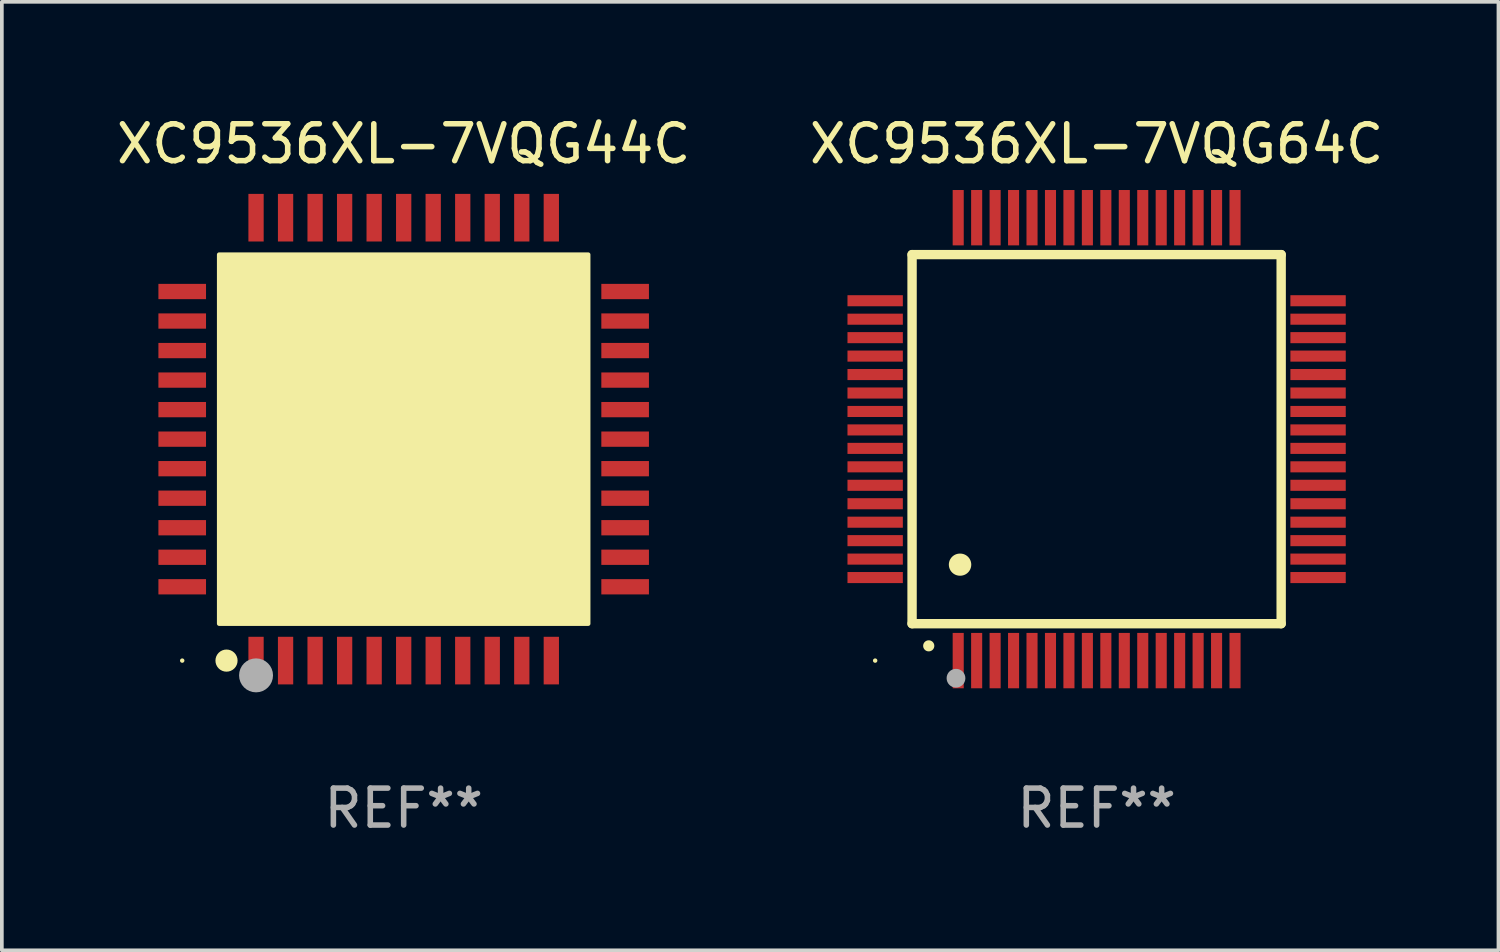
<source format=kicad_pcb>
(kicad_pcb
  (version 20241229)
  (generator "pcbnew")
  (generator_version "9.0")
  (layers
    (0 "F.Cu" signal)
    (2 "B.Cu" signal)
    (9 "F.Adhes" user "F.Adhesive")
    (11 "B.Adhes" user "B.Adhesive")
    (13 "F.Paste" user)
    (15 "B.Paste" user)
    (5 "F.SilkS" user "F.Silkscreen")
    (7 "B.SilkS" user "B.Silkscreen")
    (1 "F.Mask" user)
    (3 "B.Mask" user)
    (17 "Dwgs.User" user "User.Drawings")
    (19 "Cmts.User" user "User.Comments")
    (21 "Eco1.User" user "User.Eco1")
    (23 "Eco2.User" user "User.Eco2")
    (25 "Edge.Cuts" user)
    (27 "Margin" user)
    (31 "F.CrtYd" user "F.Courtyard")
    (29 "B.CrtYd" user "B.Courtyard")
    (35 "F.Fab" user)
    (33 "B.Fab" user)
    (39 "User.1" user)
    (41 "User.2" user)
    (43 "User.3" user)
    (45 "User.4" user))
  (footprint "XC9536XL-7VQG64C"
    (layer "F.Cu")
    (at 26.661 8.848)
    (property "Reference" "XC9536XL-7VQG64C" (at 0 -8 0) (layer "F.SilkS") (effects (font (size 1 1) (thickness 0.15))))
    (attr through_hole)
    (fp_line (start -5 -5) (end -5 5) (stroke (width 0.254) (type solid)) (layer "F.SilkS"))
    (fp_line (start -5 -5) (end 5 -5) (stroke (width 0.254) (type solid)) (layer "F.SilkS"))
    (fp_line (start -5 5) (end 5 5) (stroke (width 0.254) (type solid)) (layer "F.SilkS"))
    (fp_line (start 5 -5) (end 5 5) (stroke (width 0.254) (type solid)) (layer "F.SilkS"))
    (fp_arc (start -4.549987 5.6) (mid -4.548717 5.599995) (end -4.547447 5.6) (stroke (width 0.3) (type solid)) (layer "F.SilkS"))
    (fp_arc (start -3.703835 3.400076) (mid -3.700025 3.400052) (end -3.696215 3.400076) (stroke (width 0.6) (type solid)) (layer "F.SilkS"))
    (fp_circle (center -6 6) (end -5.97 6) (stroke (width 0.06) (type solid)) (fill no) (layer "F.SilkS"))
    (fp_circle (center -3.81 6.477) (end -3.683 6.477) (stroke (width 0.254) (type solid)) (fill no) (layer "F.Fab"))
    (fp_text user "REF**" (at 0 10 0) (layer "F.Fab") (effects (font (size 1 1) (thickness 0.15))))
    (pad "1" smd rect (at -3.75 6 180) (size 0.3 1.5) (layers "F.Cu" "F.Mask" "F.Paste"))
    (pad "2" smd rect (at -3.25 6 180) (size 0.3 1.5) (layers "F.Cu" "F.Mask" "F.Paste"))
    (pad "3" smd rect (at -2.75 6 180) (size 0.3 1.5) (layers "F.Cu" "F.Mask" "F.Paste"))
    (pad "4" smd rect (at -2.25 6 180) (size 0.3 1.5) (layers "F.Cu" "F.Mask" "F.Paste"))
    (pad "5" smd rect (at -1.75 6 180) (size 0.3 1.5) (layers "F.Cu" "F.Mask" "F.Paste"))
    (pad "6" smd rect (at -1.25 6 180) (size 0.3 1.5) (layers "F.Cu" "F.Mask" "F.Paste"))
    (pad "7" smd rect (at -0.75 6 180) (size 0.3 1.5) (layers "F.Cu" "F.Mask" "F.Paste"))
    (pad "8" smd rect (at -0.25 6 180) (size 0.3 1.5) (layers "F.Cu" "F.Mask" "F.Paste"))
    (pad "9" smd rect (at 0.25 6 180) (size 0.3 1.5) (layers "F.Cu" "F.Mask" "F.Paste"))
    (pad "10" smd rect (at 0.75 6 180) (size 0.3 1.5) (layers "F.Cu" "F.Mask" "F.Paste"))
    (pad "11" smd rect (at 1.25 6 180) (size 0.3 1.5) (layers "F.Cu" "F.Mask" "F.Paste"))
    (pad "12" smd rect (at 1.75 6 180) (size 0.3 1.5) (layers "F.Cu" "F.Mask" "F.Paste"))
    (pad "13" smd rect (at 2.25 6 180) (size 0.3 1.5) (layers "F.Cu" "F.Mask" "F.Paste"))
    (pad "14" smd rect (at 2.75 6 180) (size 0.3 1.5) (layers "F.Cu" "F.Mask" "F.Paste"))
    (pad "15" smd rect (at 3.25 6 180) (size 0.3 1.5) (layers "F.Cu" "F.Mask" "F.Paste"))
    (pad "16" smd rect (at 3.75 6 180) (size 0.3 1.5) (layers "F.Cu" "F.Mask" "F.Paste"))
    (pad "17" smd rect (at 6 3.75 90) (size 0.3 1.5) (layers "F.Cu" "F.Mask" "F.Paste"))
    (pad "18" smd rect (at 6 3.25 90) (size 0.3 1.5) (layers "F.Cu" "F.Mask" "F.Paste"))
    (pad "19" smd rect (at 6 2.75 90) (size 0.3 1.5) (layers "F.Cu" "F.Mask" "F.Paste"))
    (pad "20" smd rect (at 6 2.25 90) (size 0.3 1.5) (layers "F.Cu" "F.Mask" "F.Paste"))
    (pad "21" smd rect (at 6 1.75 90) (size 0.3 1.5) (layers "F.Cu" "F.Mask" "F.Paste"))
    (pad "22" smd rect (at 6 1.25 90) (size 0.3 1.5) (layers "F.Cu" "F.Mask" "F.Paste"))
    (pad "23" smd rect (at 6 0.75 90) (size 0.3 1.5) (layers "F.Cu" "F.Mask" "F.Paste"))
    (pad "24" smd rect (at 6 0.25 90) (size 0.3 1.5) (layers "F.Cu" "F.Mask" "F.Paste"))
    (pad "25" smd rect (at 6 -0.25 90) (size 0.3 1.5) (layers "F.Cu" "F.Mask" "F.Paste"))
    (pad "26" smd rect (at 6 -0.75 90) (size 0.3 1.5) (layers "F.Cu" "F.Mask" "F.Paste"))
    (pad "27" smd rect (at 6 -1.25 90) (size 0.3 1.5) (layers "F.Cu" "F.Mask" "F.Paste"))
    (pad "28" smd rect (at 6 -1.75 90) (size 0.3 1.5) (layers "F.Cu" "F.Mask" "F.Paste"))
    (pad "29" smd rect (at 6 -2.25 90) (size 0.3 1.5) (layers "F.Cu" "F.Mask" "F.Paste"))
    (pad "30" smd rect (at 6 -2.75 90) (size 0.3 1.5) (layers "F.Cu" "F.Mask" "F.Paste"))
    (pad "31" smd rect (at 6 -3.25 90) (size 0.3 1.5) (layers "F.Cu" "F.Mask" "F.Paste"))
    (pad "32" smd rect (at 6 -3.75 90) (size 0.3 1.5) (layers "F.Cu" "F.Mask" "F.Paste"))
    (pad "33" smd rect (at 3.75 -6 180) (size 0.3 1.5) (layers "F.Cu" "F.Mask" "F.Paste"))
    (pad "34" smd rect (at 3.25 -6 180) (size 0.3 1.5) (layers "F.Cu" "F.Mask" "F.Paste"))
    (pad "35" smd rect (at 2.75 -6 180) (size 0.3 1.5) (layers "F.Cu" "F.Mask" "F.Paste"))
    (pad "36" smd rect (at 2.25 -6 180) (size 0.3 1.5) (layers "F.Cu" "F.Mask" "F.Paste"))
    (pad "37" smd rect (at 1.75 -6 180) (size 0.3 1.5) (layers "F.Cu" "F.Mask" "F.Paste"))
    (pad "38" smd rect (at 1.25 -6 180) (size 0.3 1.5) (layers "F.Cu" "F.Mask" "F.Paste"))
    (pad "39" smd rect (at 0.75 -6 180) (size 0.3 1.5) (layers "F.Cu" "F.Mask" "F.Paste"))
    (pad "40" smd rect (at 0.25 -6 180) (size 0.3 1.5) (layers "F.Cu" "F.Mask" "F.Paste"))
    (pad "41" smd rect (at -0.25 -6 180) (size 0.3 1.5) (layers "F.Cu" "F.Mask" "F.Paste"))
    (pad "42" smd rect (at -0.75 -6 180) (size 0.3 1.5) (layers "F.Cu" "F.Mask" "F.Paste"))
    (pad "43" smd rect (at -1.25 -6 180) (size 0.3 1.5) (layers "F.Cu" "F.Mask" "F.Paste"))
    (pad "44" smd rect (at -1.75 -6 180) (size 0.3 1.5) (layers "F.Cu" "F.Mask" "F.Paste"))
    (pad "45" smd rect (at -2.25 -6 180) (size 0.3 1.5) (layers "F.Cu" "F.Mask" "F.Paste"))
    (pad "46" smd rect (at -2.75 -6 180) (size 0.3 1.5) (layers "F.Cu" "F.Mask" "F.Paste"))
    (pad "47" smd rect (at -3.25 -6 180) (size 0.3 1.5) (layers "F.Cu" "F.Mask" "F.Paste"))
    (pad "48" smd rect (at -3.75 -6 180) (size 0.3 1.5) (layers "F.Cu" "F.Mask" "F.Paste"))
    (pad "49" smd rect (at -6 -3.75 90) (size 0.3 1.5) (layers "F.Cu" "F.Mask" "F.Paste"))
    (pad "50" smd rect (at -6 -3.25 90) (size 0.3 1.5) (layers "F.Cu" "F.Mask" "F.Paste"))
    (pad "51" smd rect (at -6 -2.75 90) (size 0.3 1.5) (layers "F.Cu" "F.Mask" "F.Paste"))
    (pad "52" smd rect (at -6 -2.25 90) (size 0.3 1.5) (layers "F.Cu" "F.Mask" "F.Paste"))
    (pad "53" smd rect (at -6 -1.75 90) (size 0.3 1.5) (layers "F.Cu" "F.Mask" "F.Paste"))
    (pad "54" smd rect (at -6 -1.25 90) (size 0.3 1.5) (layers "F.Cu" "F.Mask" "F.Paste"))
    (pad "55" smd rect (at -6 -0.75 90) (size 0.3 1.5) (layers "F.Cu" "F.Mask" "F.Paste"))
    (pad "56" smd rect (at -6 -0.25 90) (size 0.3 1.5) (layers "F.Cu" "F.Mask" "F.Paste"))
    (pad "57" smd rect (at -6 0.25 90) (size 0.3 1.5) (layers "F.Cu" "F.Mask" "F.Paste"))
    (pad "58" smd rect (at -6 0.75 90) (size 0.3 1.5) (layers "F.Cu" "F.Mask" "F.Paste"))
    (pad "59" smd rect (at -6 1.25 90) (size 0.3 1.5) (layers "F.Cu" "F.Mask" "F.Paste"))
    (pad "60" smd rect (at -6 1.75 90) (size 0.3 1.5) (layers "F.Cu" "F.Mask" "F.Paste"))
    (pad "61" smd rect (at -6 2.25 90) (size 0.3 1.5) (layers "F.Cu" "F.Mask" "F.Paste"))
    (pad "62" smd rect (at -6 2.75 90) (size 0.3 1.5) (layers "F.Cu" "F.Mask" "F.Paste"))
    (pad "63" smd rect (at -6 3.25 90) (size 0.3 1.5) (layers "F.Cu" "F.Mask" "F.Paste"))
    (pad "64" smd rect (at -6 3.75 90) (size 0.3 1.5) (layers "F.Cu" "F.Mask" "F.Paste")))
  (footprint "XC9536XL-7VQG44C"
    (layer "F.Cu")
    (at 7.887 8.848)
    (property "Reference" "XC9536XL-7VQG44C" (at 0 -8 0) (layer "F.SilkS") (effects (font (size 1 1) (thickness 0.15))))
    (attr through_hole)
    (fp_circle (center -6 6) (end -5.97 6) (stroke (width 0.06) (type solid)) (fill no) (layer "F.SilkS"))
    (fp_circle (center -4.8 6) (end -4.65 6) (stroke (width 0.3) (type solid)) (fill no) (layer "F.SilkS"))
    (fp_poly (pts (xy -5 -5) (xy 5 -5) (xy 5 5) (xy -5 5)) (stroke (width 0.12) (type solid)) (fill yes) (layer "F.SilkS"))
    (fp_circle (center -4 6.4) (end -3.77 6.4) (stroke (width 0.46) (type solid)) (fill no) (layer "F.Fab"))
    (fp_text user "REF**" (at 0 10 0) (layer "F.Fab") (effects (font (size 1 1) (thickness 0.15))))
    (pad "1" smd rect (at -4 6 90) (size 1.29 0.414) (layers "F.Cu" "F.Mask" "F.Paste"))
    (pad "2" smd rect (at -3.2 6 90) (size 1.29 0.414) (layers "F.Cu" "F.Mask" "F.Paste"))
    (pad "3" smd rect (at -2.4 6 90) (size 1.29 0.414) (layers "F.Cu" "F.Mask" "F.Paste"))
    (pad "4" smd rect (at -1.6 6 90) (size 1.29 0.414) (layers "F.Cu" "F.Mask" "F.Paste"))
    (pad "5" smd rect (at -0.8 6 90) (size 1.29 0.414) (layers "F.Cu" "F.Mask" "F.Paste"))
    (pad "6" smd rect (at 0 6 90) (size 1.29 0.414) (layers "F.Cu" "F.Mask" "F.Paste"))
    (pad "7" smd rect (at 0.8 6 90) (size 1.29 0.414) (layers "F.Cu" "F.Mask" "F.Paste"))
    (pad "8" smd rect (at 1.6 6 90) (size 1.29 0.414) (layers "F.Cu" "F.Mask" "F.Paste"))
    (pad "9" smd rect (at 2.4 6 90) (size 1.29 0.414) (layers "F.Cu" "F.Mask" "F.Paste"))
    (pad "10" smd rect (at 3.2 6 90) (size 1.29 0.414) (layers "F.Cu" "F.Mask" "F.Paste"))
    (pad "11" smd rect (at 4 6 90) (size 1.29 0.414) (layers "F.Cu" "F.Mask" "F.Paste"))
    (pad "12" smd rect (at 6 4 90) (size 0.414 1.29) (layers "F.Cu" "F.Mask" "F.Paste"))
    (pad "13" smd rect (at 6 3.2 90) (size 0.414 1.29) (layers "F.Cu" "F.Mask" "F.Paste"))
    (pad "14" smd rect (at 6 2.4 90) (size 0.414 1.29) (layers "F.Cu" "F.Mask" "F.Paste"))
    (pad "15" smd rect (at 6 1.6 90) (size 0.414 1.29) (layers "F.Cu" "F.Mask" "F.Paste"))
    (pad "16" smd rect (at 6 0.8 90) (size 0.414 1.29) (layers "F.Cu" "F.Mask" "F.Paste"))
    (pad "17" smd rect (at 6 0 90) (size 0.414 1.29) (layers "F.Cu" "F.Mask" "F.Paste"))
    (pad "18" smd rect (at 6 -0.8 90) (size 0.414 1.29) (layers "F.Cu" "F.Mask" "F.Paste"))
    (pad "19" smd rect (at 6 -1.6 90) (size 0.414 1.29) (layers "F.Cu" "F.Mask" "F.Paste"))
    (pad "20" smd rect (at 6 -2.4 90) (size 0.414 1.29) (layers "F.Cu" "F.Mask" "F.Paste"))
    (pad "21" smd rect (at 6 -3.2 90) (size 0.414 1.29) (layers "F.Cu" "F.Mask" "F.Paste"))
    (pad "22" smd rect (at 6 -4 90) (size 0.414 1.29) (layers "F.Cu" "F.Mask" "F.Paste"))
    (pad "23" smd rect (at 4 -6 90) (size 1.29 0.414) (layers "F.Cu" "F.Mask" "F.Paste"))
    (pad "24" smd rect (at 3.2 -6 90) (size 1.29 0.414) (layers "F.Cu" "F.Mask" "F.Paste"))
    (pad "25" smd rect (at 2.4 -6 90) (size 1.29 0.414) (layers "F.Cu" "F.Mask" "F.Paste"))
    (pad "26" smd rect (at 1.6 -6 90) (size 1.29 0.414) (layers "F.Cu" "F.Mask" "F.Paste"))
    (pad "27" smd rect (at 0.8 -6 90) (size 1.29 0.414) (layers "F.Cu" "F.Mask" "F.Paste"))
    (pad "28" smd rect (at 0 -6 90) (size 1.29 0.414) (layers "F.Cu" "F.Mask" "F.Paste"))
    (pad "29" smd rect (at -0.8 -6 90) (size 1.29 0.414) (layers "F.Cu" "F.Mask" "F.Paste"))
    (pad "30" smd rect (at -1.6 -6 90) (size 1.29 0.414) (layers "F.Cu" "F.Mask" "F.Paste"))
    (pad "31" smd rect (at -2.4 -6 90) (size 1.29 0.414) (layers "F.Cu" "F.Mask" "F.Paste"))
    (pad "32" smd rect (at -3.2 -6 90) (size 1.29 0.414) (layers "F.Cu" "F.Mask" "F.Paste"))
    (pad "33" smd rect (at -4 -6 90) (size 1.29 0.414) (layers "F.Cu" "F.Mask" "F.Paste"))
    (pad "34" smd rect (at -6 -4 180) (size 1.29 0.414) (layers "F.Cu" "F.Mask" "F.Paste"))
    (pad "35" smd rect (at -6 -3.2 180) (size 1.29 0.414) (layers "F.Cu" "F.Mask" "F.Paste"))
    (pad "36" smd rect (at -6 -2.4 180) (size 1.29 0.414) (layers "F.Cu" "F.Mask" "F.Paste"))
    (pad "37" smd rect (at -6 -1.6 180) (size 1.29 0.414) (layers "F.Cu" "F.Mask" "F.Paste"))
    (pad "38" smd rect (at -6 -0.8 180) (size 1.29 0.414) (layers "F.Cu" "F.Mask" "F.Paste"))
    (pad "39" smd rect (at -6 0 180) (size 1.29 0.414) (layers "F.Cu" "F.Mask" "F.Paste"))
    (pad "40" smd rect (at -6 0.8 180) (size 1.29 0.414) (layers "F.Cu" "F.Mask" "F.Paste"))
    (pad "41" smd rect (at -6 1.6 180) (size 1.29 0.414) (layers "F.Cu" "F.Mask" "F.Paste"))
    (pad "42" smd rect (at -6 2.4 180) (size 1.29 0.414) (layers "F.Cu" "F.Mask" "F.Paste"))
    (pad "43" smd rect (at -6 3.2 180) (size 1.29 0.414) (layers "F.Cu" "F.Mask" "F.Paste"))
    (pad "44" smd rect (at -6 4 180) (size 1.29 0.414) (layers "F.Cu" "F.Mask" "F.Paste")))
  (gr_rect
    (start -3 -3)
    (end 37.548 22.697)
    (stroke (width 0.1) (type default))
    (fill no)
    (layer "Edge.Cuts")))
</source>
